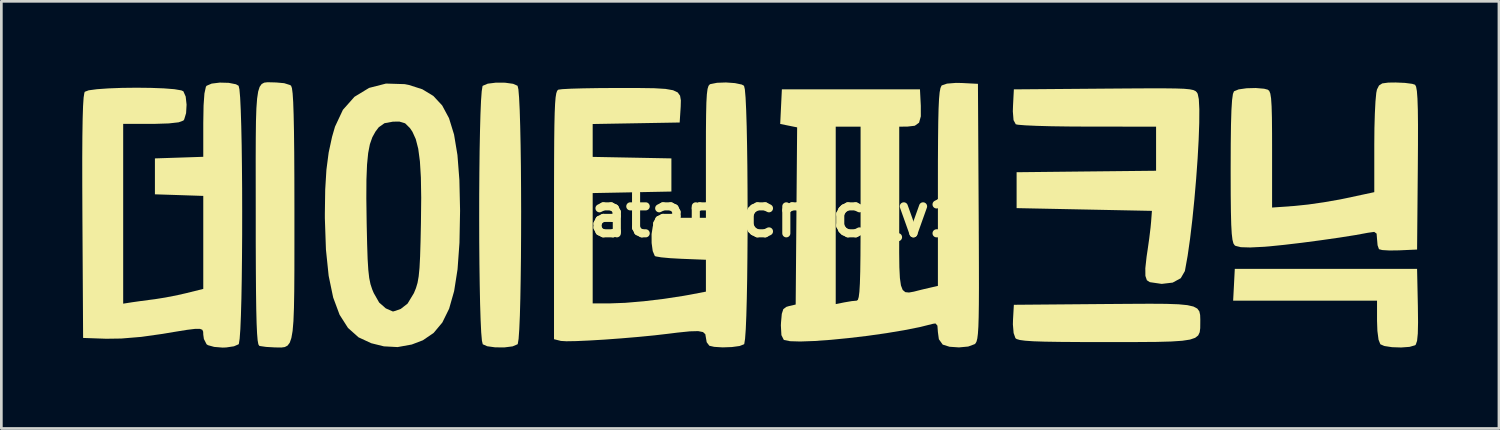
<source format=kicad_pcb>
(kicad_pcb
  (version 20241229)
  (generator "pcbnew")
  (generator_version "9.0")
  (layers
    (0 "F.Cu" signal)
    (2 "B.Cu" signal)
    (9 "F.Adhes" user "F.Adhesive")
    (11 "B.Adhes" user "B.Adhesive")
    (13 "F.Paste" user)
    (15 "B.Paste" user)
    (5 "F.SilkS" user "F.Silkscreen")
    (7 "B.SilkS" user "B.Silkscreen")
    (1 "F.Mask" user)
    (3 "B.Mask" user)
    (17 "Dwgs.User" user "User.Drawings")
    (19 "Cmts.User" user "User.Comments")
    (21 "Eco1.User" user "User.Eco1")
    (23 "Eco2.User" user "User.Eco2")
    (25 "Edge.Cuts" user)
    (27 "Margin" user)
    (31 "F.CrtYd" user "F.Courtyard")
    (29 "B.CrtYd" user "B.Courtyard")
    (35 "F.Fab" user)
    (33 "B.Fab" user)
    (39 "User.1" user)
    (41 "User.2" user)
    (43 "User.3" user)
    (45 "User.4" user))
  (footprint "Datapicnic_v1"
    (layer "F.Cu")
    (at 25.074 4.924)
    (property "Reference" "Datapicnic_v1" (at 0 0 0) (layer "F.SilkS") (effects (font (size 1.5 1.5) (thickness 0.3))))
    (attr board_only exclude_from_pos_files exclude_from_bom)
    (fp_poly (pts (xy 24.456 3.372) (xy 24.463 3.973) (xy 24.454 4.395) (xy 24.427 4.663) (xy 24.38 4.803) (xy 24.353 4.83) (xy 24.149 4.889) (xy 23.838 4.912) (xy 23.499 4.901) (xy 23.212 4.857) (xy 23.065 4.793) (xy 22.998 4.623) (xy 22.955 4.295) (xy 22.942 3.923) (xy 22.942 3.175) (xy 20.274 3.175) (xy 17.606 3.175) (xy 17.637 2.586) (xy 17.667 1.997) (xy 21.047 1.997) (xy 24.427 1.997)) (stroke (width 0) (type solid)) (fill yes) (layer "F.SilkS"))
    (fp_poly (pts (xy 15.121 3.294) (xy 15.578 3.31) (xy 15.909 3.342) (xy 16.135 3.394) (xy 16.276 3.469) (xy 16.352 3.572) (xy 16.382 3.706) (xy 16.388 3.876) (xy 16.387 4.007) (xy 16.385 4.195) (xy 16.366 4.346) (xy 16.31 4.465) (xy 16.197 4.554) (xy 16.006 4.619) (xy 15.717 4.663) (xy 15.311 4.69) (xy 14.767 4.705) (xy 14.064 4.71) (xy 13.184 4.711) (xy 12.859 4.711) (xy 11.937 4.71) (xy 11.2 4.705) (xy 10.627 4.696) (xy 10.198 4.682) (xy 9.894 4.661) (xy 9.694 4.634) (xy 9.577 4.599) (xy 9.532 4.566) (xy 9.465 4.376) (xy 9.438 4.057) (xy 9.443 3.875) (xy 9.474 3.329) (xy 12.802 3.301) (xy 13.754 3.294) (xy 14.52 3.29)) (stroke (width 0) (type solid)) (fill yes) (layer "F.SilkS"))
    (fp_poly (pts (xy -9.393 -4.907) (xy -9.096 -4.866) (xy -8.931 -4.793) (xy -8.9 -4.662) (xy -8.874 -4.352) (xy -8.851 -3.887) (xy -8.833 -3.293) (xy -8.818 -2.594) (xy -8.807 -1.817) (xy -8.801 -0.985) (xy -8.798 -0.125) (xy -8.8 0.739) (xy -8.805 1.581) (xy -8.815 2.377) (xy -8.828 3.101) (xy -8.845 3.728) (xy -8.867 4.233) (xy -8.892 4.59) (xy -8.922 4.775) (xy -8.931 4.793) (xy -9.115 4.871) (xy -9.418 4.909) (xy -9.76 4.907) (xy -10.057 4.866) (xy -10.221 4.793) (xy -10.252 4.662) (xy -10.279 4.352) (xy -10.301 3.887) (xy -10.32 3.293) (xy -10.334 2.594) (xy -10.345 1.817) (xy -10.352 0.985) (xy -10.354 0.125) (xy -10.353 -0.739) (xy -10.347 -1.581) (xy -10.338 -2.377) (xy -10.324 -3.101) (xy -10.307 -3.728) (xy -10.286 -4.233) (xy -10.26 -4.59) (xy -10.231 -4.775) (xy -10.221 -4.793) (xy -10.037 -4.871) (xy -9.734 -4.909)) (stroke (width 0) (type solid)) (fill yes) (layer "F.SilkS"))
    (fp_poly (pts (xy -18.063 -4.921) (xy -17.889 -4.916) (xy -17.884 -4.916) (xy -17.585 -4.889) (xy -17.366 -4.82) (xy -17.329 -4.793) (xy -17.298 -4.707) (xy -17.272 -4.509) (xy -17.251 -4.185) (xy -17.235 -3.723) (xy -17.222 -3.109) (xy -17.213 -2.331) (xy -17.208 -1.376) (xy -17.206 -0.232) (xy -17.206 -0.038) (xy -17.206 1.098) (xy -17.207 2.047) (xy -17.212 2.824) (xy -17.223 3.447) (xy -17.242 3.933) (xy -17.273 4.299) (xy -17.319 4.561) (xy -17.38 4.737) (xy -17.461 4.843) (xy -17.563 4.896) (xy -17.69 4.913) (xy -17.843 4.911) (xy -17.956 4.908) (xy -18.256 4.891) (xy -18.477 4.859) (xy -18.512 4.848) (xy -18.543 4.793) (xy -18.57 4.645) (xy -18.591 4.389) (xy -18.608 4.013) (xy -18.621 3.5) (xy -18.63 2.838) (xy -18.636 2.012) (xy -18.64 1.007) (xy -18.64 0.002) (xy -18.641 -1.131) (xy -18.642 -2.077) (xy -18.639 -2.852) (xy -18.632 -3.473) (xy -18.616 -3.957) (xy -18.589 -4.32) (xy -18.55 -4.58) (xy -18.495 -4.753) (xy -18.421 -4.857) (xy -18.326 -4.909) (xy -18.207 -4.924)) (stroke (width 0) (type solid)) (fill yes) (layer "F.SilkS"))
    (fp_poly (pts (xy 15.472 -4.693) (xy 15.782 -4.682) (xy 15.995 -4.662) (xy 16.132 -4.634) (xy 16.213 -4.596) (xy 16.261 -4.547) (xy 16.291 -4.496) (xy 16.333 -4.296) (xy 16.352 -3.925) (xy 16.349 -3.413) (xy 16.327 -2.791) (xy 16.288 -2.089) (xy 16.234 -1.34) (xy 16.168 -0.574) (xy 16.092 0.177) (xy 16.008 0.883) (xy 15.918 1.513) (xy 15.824 2.035) (xy 15.815 2.08) (xy 15.663 2.343) (xy 15.364 2.506) (xy 14.956 2.554) (xy 14.518 2.49) (xy 14.407 2.419) (xy 14.352 2.258) (xy 14.349 1.975) (xy 14.397 1.539) (xy 14.436 1.28) (xy 14.495 0.864) (xy 14.544 0.458) (xy 14.563 0.256) (xy 14.594 -0.154) (xy 12.085 -0.205) (xy 9.576 -0.256) (xy 9.576 -0.922) (xy 9.576 -1.587) (xy 12.162 -1.615) (xy 14.748 -1.642) (xy 14.748 -2.46) (xy 14.748 -3.277) (xy 12.214 -3.279) (xy 11.508 -3.283) (xy 10.867 -3.292) (xy 10.321 -3.307) (xy 9.898 -3.326) (xy 9.629 -3.348) (xy 9.545 -3.365) (xy 9.462 -3.519) (xy 9.436 -3.846) (xy 9.443 -4.055) (xy 9.474 -4.66) (xy 12.824 -4.687) (xy 13.739 -4.694) (xy 14.472 -4.698) (xy 15.042 -4.698)) (stroke (width 0) (type solid)) (fill yes) (layer "F.SilkS"))
    (fp_poly (pts (xy 23.976 -4.9) (xy 24.246 -4.865) (xy 24.352 -4.831) (xy 24.39 -4.761) (xy 24.42 -4.596) (xy 24.441 -4.317) (xy 24.455 -3.906) (xy 24.461 -3.344) (xy 24.46 -2.613) (xy 24.454 -1.734) (xy 24.427 1.28) (xy 23.757 1.31) (xy 23.403 1.315) (xy 23.134 1.299) (xy 23.014 1.267) (xy 22.962 1.121) (xy 22.942 0.892) (xy 22.926 0.689) (xy 22.837 0.625) (xy 22.611 0.657) (xy 22.609 0.657) (xy 22.146 0.742) (xy 21.54 0.838) (xy 20.854 0.936) (xy 20.151 1.029) (xy 19.49 1.107) (xy 18.936 1.163) (xy 18.763 1.177) (xy 18.24 1.203) (xy 17.893 1.193) (xy 17.695 1.144) (xy 17.662 1.122) (xy 17.616 1.053) (xy 17.581 0.917) (xy 17.554 0.691) (xy 17.535 0.353) (xy 17.523 -0.12) (xy 17.516 -0.748) (xy 17.514 -1.555) (xy 17.514 -1.733) (xy 17.517 -2.635) (xy 17.526 -3.346) (xy 17.542 -3.883) (xy 17.566 -4.259) (xy 17.598 -4.49) (xy 17.637 -4.588) (xy 17.809 -4.659) (xy 18.105 -4.701) (xy 18.447 -4.71) (xy 18.754 -4.684) (xy 18.888 -4.649) (xy 18.943 -4.606) (xy 18.984 -4.505) (xy 19.013 -4.323) (xy 19.032 -4.033) (xy 19.044 -3.61) (xy 19.049 -3.028) (xy 19.05 -2.432) (xy 19.05 -0.277) (xy 19.895 -0.338) (xy 20.385 -0.389) (xy 20.976 -0.474) (xy 21.566 -0.577) (xy 21.79 -0.623) (xy 22.84 -0.848) (xy 22.84 -2.619) (xy 22.845 -3.22) (xy 22.861 -3.765) (xy 22.884 -4.215) (xy 22.914 -4.53) (xy 22.939 -4.653) (xy 23.015 -4.803) (xy 23.135 -4.881) (xy 23.357 -4.911) (xy 23.631 -4.915)) (stroke (width 0) (type solid)) (fill yes) (layer "F.SilkS"))
    (fp_poly (pts (xy -13.117 -4.854) (xy -12.955 -4.822) (xy -12.461 -4.663) (xy -12.054 -4.416) (xy -11.727 -4.064) (xy -11.473 -3.592) (xy -11.286 -2.985) (xy -11.16 -2.225) (xy -11.088 -1.297) (xy -11.063 -0.185) (xy -11.063 -0.137) (xy -11.085 1.03) (xy -11.156 2.011) (xy -11.283 2.821) (xy -11.469 3.475) (xy -11.721 3.987) (xy -12.043 4.372) (xy -12.442 4.645) (xy -12.854 4.802) (xy -13.379 4.897) (xy -13.888 4.87) (xy -14.357 4.754) (xy -14.829 4.535) (xy -15.219 4.187) (xy -15.531 3.698) (xy -15.769 3.058) (xy -15.936 2.255) (xy -16.037 1.28) (xy -16.077 0.12) (xy -16.077 -0.051) (xy -16.069 -0.614) (xy -14.539 -0.614) (xy -14.527 0.264) (xy -14.525 0.376) (xy -14.509 1.089) (xy -14.491 1.63) (xy -14.466 2.034) (xy -14.432 2.334) (xy -14.385 2.564) (xy -14.321 2.758) (xy -14.263 2.895) (xy -14.063 3.246) (xy -13.817 3.462) (xy -13.552 3.578) (xy -13.454 3.551) (xy -13.264 3.483) (xy -13.01 3.285) (xy -12.778 2.902) (xy -12.774 2.894) (xy -12.698 2.71) (xy -12.64 2.515) (xy -12.598 2.276) (xy -12.567 1.961) (xy -12.545 1.537) (xy -12.528 0.971) (xy -12.514 0.295) (xy -12.504 -0.639) (xy -12.516 -1.393) (xy -12.552 -1.992) (xy -12.614 -2.458) (xy -12.706 -2.816) (xy -12.83 -3.089) (xy -12.922 -3.225) (xy -13.102 -3.402) (xy -13.317 -3.466) (xy -13.553 -3.462) (xy -13.866 -3.405) (xy -14.079 -3.254) (xy -14.201 -3.093) (xy -14.317 -2.883) (xy -14.407 -2.626) (xy -14.471 -2.296) (xy -14.513 -1.868) (xy -14.535 -1.316) (xy -14.539 -0.614) (xy -16.069 -0.614) (xy -16.064 -0.942) (xy -16.019 -1.68) (xy -15.936 -2.316) (xy -15.81 -2.9) (xy -15.701 -3.276) (xy -15.408 -3.901) (xy -14.978 -4.385) (xy -14.437 -4.714) (xy -13.809 -4.875)) (stroke (width 0) (type solid)) (fill yes) (layer "F.SilkS"))
    (fp_poly (pts (xy -19.643 -4.902) (xy -19.374 -4.849) (xy -19.275 -4.793) (xy -19.245 -4.662) (xy -19.218 -4.352) (xy -19.196 -3.887) (xy -19.177 -3.293) (xy -19.162 -2.594) (xy -19.152 -1.817) (xy -19.145 -0.985) (xy -19.143 -0.125) (xy -19.144 0.739) (xy -19.15 1.581) (xy -19.159 2.377) (xy -19.172 3.101) (xy -19.19 3.728) (xy -19.211 4.233) (xy -19.237 4.59) (xy -19.266 4.775) (xy -19.275 4.793) (xy -19.447 4.868) (xy -19.735 4.911) (xy -19.869 4.916) (xy -20.18 4.891) (xy -20.411 4.827) (xy -20.463 4.793) (xy -20.563 4.597) (xy -20.586 4.435) (xy -20.59 4.327) (xy -20.622 4.255) (xy -20.713 4.221) (xy -20.891 4.222) (xy -21.188 4.258) (xy -21.634 4.33) (xy -22.099 4.408) (xy -22.886 4.519) (xy -23.625 4.58) (xy -24.186 4.588) (xy -25.042 4.558) (xy -25.068 0.063) (xy -25.073 -1.125) (xy -25.074 -2.119) (xy -25.069 -2.929) (xy -25.059 -3.565) (xy -25.044 -4.037) (xy -25.023 -4.356) (xy -24.995 -4.533) (xy -24.979 -4.571) (xy -24.835 -4.625) (xy -24.529 -4.666) (xy -24.103 -4.696) (xy -23.599 -4.715) (xy -23.06 -4.721) (xy -22.528 -4.715) (xy -22.045 -4.697) (xy -21.654 -4.666) (xy -21.397 -4.622) (xy -21.324 -4.588) (xy -21.238 -4.393) (xy -21.205 -4.093) (xy -21.223 -3.778) (xy -21.294 -3.543) (xy -21.324 -3.503) (xy -21.5 -3.438) (xy -21.867 -3.397) (xy -22.412 -3.38) (xy -22.502 -3.38) (xy -23.556 -3.38) (xy -23.556 -0.047) (xy -23.556 3.287) (xy -23.224 3.235) (xy -22.915 3.191) (xy -22.53 3.14) (xy -22.379 3.121) (xy -21.986 3.058) (xy -21.521 2.966) (xy -21.226 2.899) (xy -20.586 2.74) (xy -20.586 1.016) (xy -20.586 -0.709) (xy -21.482 -0.739) (xy -22.379 -0.768) (xy -22.379 -1.434) (xy -22.379 -2.1) (xy -21.482 -2.129) (xy -20.586 -2.159) (xy -20.586 -3.415) (xy -20.575 -4.063) (xy -20.543 -4.508) (xy -20.489 -4.754) (xy -20.463 -4.793) (xy -20.274 -4.874) (xy -19.972 -4.911)) (stroke (width 0) (type solid)) (fill yes) (layer "F.SilkS"))
    (fp_poly (pts (xy 7.545 -4.896) (xy 8.142 -4.865) (xy 8.169 -0.102) (xy 8.175 1.014) (xy 8.178 1.943) (xy 8.179 2.702) (xy 8.176 3.31) (xy 8.169 3.783) (xy 8.158 4.14) (xy 8.141 4.398) (xy 8.119 4.575) (xy 8.091 4.688) (xy 8.056 4.755) (xy 8.022 4.788) (xy 7.781 4.877) (xy 7.438 4.909) (xy 7.089 4.885) (xy 6.836 4.806) (xy 6.693 4.606) (xy 6.657 4.341) (xy 6.639 4.102) (xy 6.567 4.021) (xy 6.478 4.033) (xy 5.994 4.154) (xy 5.405 4.271) (xy 4.746 4.381) (xy 4.049 4.48) (xy 3.347 4.563) (xy 2.676 4.629) (xy 2.067 4.672) (xy 1.555 4.69) (xy 1.174 4.679) (xy 0.956 4.635) (xy 0.941 4.627) (xy 0.854 4.454) (xy 0.834 4.093) (xy 0.839 3.989) (xy 0.868 3.665) (xy 0.925 3.489) (xy 1.037 3.406) (xy 1.127 3.379) (xy 1.383 3.319) (xy 1.41 0.034) (xy 1.437 -3.251) (xy 1.306 -3.277) (xy 2.868 -3.277) (xy 2.868 0.013) (xy 2.868 3.303) (xy 3.188 3.239) (xy 3.458 3.193) (xy 3.649 3.175) (xy 3.689 3.145) (xy 3.721 3.041) (xy 3.746 2.846) (xy 3.764 2.538) (xy 3.777 2.1) (xy 3.785 1.512) (xy 3.789 0.755) (xy 3.79 -0.051) (xy 3.79 -3.277) (xy 3.329 -3.277) (xy 2.868 -3.277) (xy 1.306 -3.277) (xy 1.123 -3.314) (xy 0.809 -3.377) (xy 0.84 -4.018) (xy 0.871 -4.66) (xy 3.431 -4.66) (xy 5.992 -4.66) (xy 6.023 -4.055) (xy 6.024 -3.659) (xy 5.958 -3.424) (xy 5.8 -3.311) (xy 5.523 -3.279) (xy 5.505 -3.279) (xy 5.223 -3.277) (xy 5.223 -0.205) (xy 5.222 0.689) (xy 5.221 1.398) (xy 5.228 1.941) (xy 5.248 2.34) (xy 5.287 2.612) (xy 5.352 2.779) (xy 5.449 2.86) (xy 5.584 2.874) (xy 5.762 2.842) (xy 5.99 2.784) (xy 6.137 2.748) (xy 6.657 2.628) (xy 6.657 -1.029) (xy 6.658 -2.018) (xy 6.663 -2.821) (xy 6.67 -3.457) (xy 6.682 -3.945) (xy 6.699 -4.303) (xy 6.722 -4.551) (xy 6.751 -4.707) (xy 6.788 -4.791) (xy 6.802 -4.807) (xy 6.994 -4.873) (xy 7.326 -4.9)) (stroke (width 0) (type solid)) (fill yes) (layer "F.SilkS"))
    (fp_poly (pts (xy -0.869 -4.892) (xy -0.614 -4.838) (xy -0.533 -4.793) (xy -0.502 -4.662) (xy -0.475 -4.352) (xy -0.453 -3.887) (xy -0.434 -3.293) (xy -0.42 -2.594) (xy -0.409 -1.817) (xy -0.403 -0.985) (xy -0.4 -0.125) (xy -0.401 0.739) (xy -0.407 1.581) (xy -0.416 2.377) (xy -0.43 3.101) (xy -0.447 3.728) (xy -0.468 4.233) (xy -0.494 4.59) (xy -0.523 4.775) (xy -0.533 4.793) (xy -0.696 4.857) (xy -0.986 4.896) (xy -1.325 4.908) (xy -1.637 4.889) (xy -1.818 4.848) (xy -1.917 4.717) (xy -1.946 4.549) (xy -1.968 4.42) (xy -2.054 4.34) (xy -2.234 4.305) (xy -2.539 4.313) (xy -3 4.36) (xy -3.329 4.401) (xy -3.853 4.462) (xy -4.448 4.52) (xy -5.075 4.573) (xy -5.694 4.619) (xy -6.268 4.653) (xy -6.756 4.675) (xy -7.121 4.681) (xy -7.324 4.669) (xy -7.331 4.667) (xy -7.579 4.605) (xy -7.579 0.009) (xy -7.578 -1.09) (xy -7.576 -2.001) (xy -7.572 -2.743) (xy -7.565 -3.332) (xy -7.554 -3.786) (xy -7.539 -4.123) (xy -7.52 -4.36) (xy -7.495 -4.514) (xy -7.465 -4.603) (xy -7.428 -4.644) (xy -7.417 -4.649) (xy -7.269 -4.668) (xy -6.949 -4.685) (xy -6.492 -4.698) (xy -5.932 -4.707) (xy -5.301 -4.711) (xy -5.176 -4.711) (xy -4.427 -4.71) (xy -3.858 -4.702) (xy -3.445 -4.677) (xy -3.165 -4.628) (xy -2.993 -4.547) (xy -2.904 -4.425) (xy -2.875 -4.253) (xy -2.881 -4.024) (xy -2.887 -3.925) (xy -2.919 -3.431) (xy -4.532 -3.403) (xy -6.145 -3.375) (xy -6.145 -2.766) (xy -6.145 -2.156) (xy -4.686 -2.128) (xy -3.226 -2.1) (xy -3.226 -1.485) (xy -3.226 -0.871) (xy -4.686 -0.842) (xy -6.145 -0.814) (xy -6.145 1.232) (xy -6.145 3.277) (xy -5.502 3.277) (xy -4.935 3.256) (xy -4.242 3.197) (xy -3.5 3.108) (xy -2.782 2.998) (xy -2.535 2.954) (xy -1.946 2.841) (xy -1.946 2.25) (xy -1.946 1.659) (xy -2.859 1.623) (xy -3.273 1.6) (xy -3.606 1.569) (xy -3.807 1.534) (xy -3.841 1.519) (xy -3.918 1.338) (xy -3.959 1.04) (xy -3.961 0.707) (xy -3.917 0.426) (xy -3.903 0.384) (xy -3.844 0.251) (xy -3.762 0.168) (xy -3.615 0.124) (xy -3.356 0.106) (xy -2.943 0.102) (xy -2.87 0.102) (xy -1.946 0.102) (xy -1.946 -2.345) (xy -1.945 -3.125) (xy -1.939 -3.724) (xy -1.929 -4.166) (xy -1.911 -4.475) (xy -1.885 -4.676) (xy -1.849 -4.791) (xy -1.801 -4.846) (xy -1.784 -4.854) (xy -1.533 -4.904) (xy -1.202 -4.916)) (stroke (width 0) (type solid)) (fill yes) (layer "F.SilkS")))
  (gr_rect
    (start -3 -3)
    (end 52.537 12.841)
    (stroke (width 0.1) (type default))
    (fill no)
    (layer "Edge.Cuts")))
</source>
